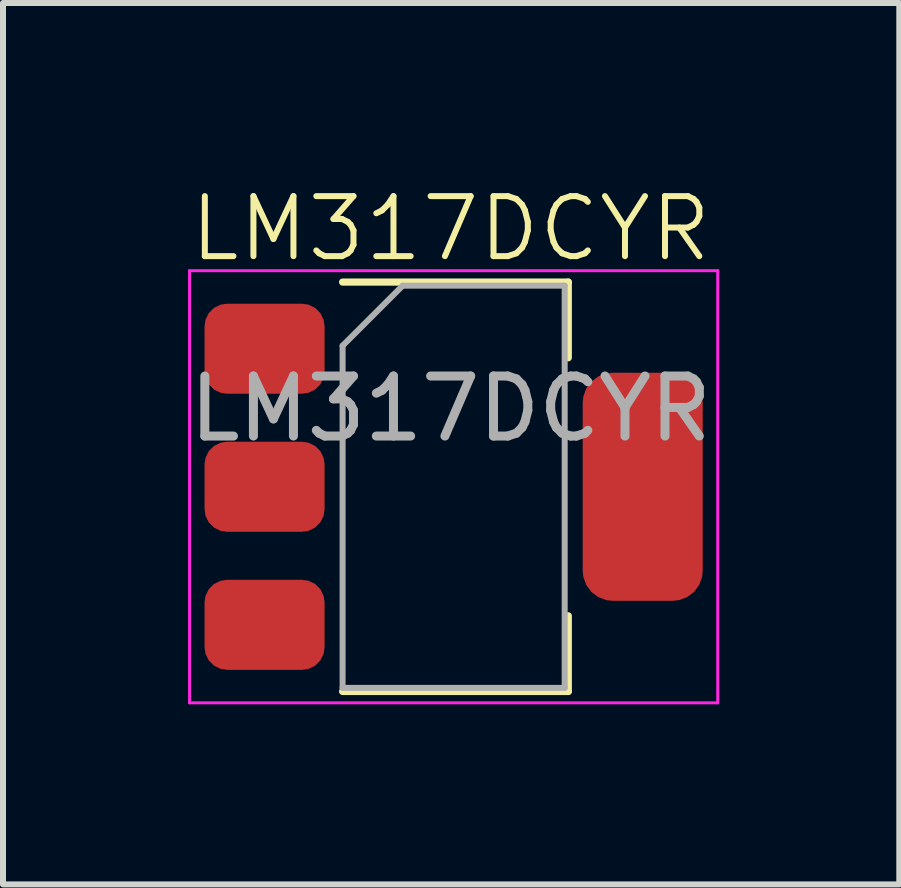
<source format=kicad_pcb>
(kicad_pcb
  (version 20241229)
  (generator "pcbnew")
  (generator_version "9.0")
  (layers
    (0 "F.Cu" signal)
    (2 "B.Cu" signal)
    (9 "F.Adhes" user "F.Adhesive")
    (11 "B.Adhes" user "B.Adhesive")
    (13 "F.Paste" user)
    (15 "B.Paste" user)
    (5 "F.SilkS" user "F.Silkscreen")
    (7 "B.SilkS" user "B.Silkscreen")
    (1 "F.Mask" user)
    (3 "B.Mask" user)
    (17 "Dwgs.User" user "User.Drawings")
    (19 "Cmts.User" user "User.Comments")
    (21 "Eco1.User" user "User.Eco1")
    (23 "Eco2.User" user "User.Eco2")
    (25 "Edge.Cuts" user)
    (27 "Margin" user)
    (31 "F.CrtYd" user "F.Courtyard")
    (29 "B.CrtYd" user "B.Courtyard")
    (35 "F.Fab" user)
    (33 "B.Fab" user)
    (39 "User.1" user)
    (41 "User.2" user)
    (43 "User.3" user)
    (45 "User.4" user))
  (footprint "LM317DCYR"
    (layer "F.Cu")
    (at 4.458 1.26)
    (property "Reference" "LM317DCYR" (at 0 -0.5 0) (unlocked yes) (layer "F.SilkS") (effects (font (size 1 1) (thickness 0.1))))
    (attr smd)
    (fp_line (start -1.8 0.39) (end 1.96 0.39) (stroke (width 0.12) (type solid)) (layer "F.SilkS"))
    (fp_line (start -1.8 7.21) (end 1.96 7.21) (stroke (width 0.12) (type solid)) (layer "F.SilkS"))
    (fp_line (start 1.96 0.39) (end 1.96 1.65) (stroke (width 0.12) (type solid)) (layer "F.SilkS"))
    (fp_line (start 1.96 7.21) (end 1.96 5.95) (stroke (width 0.12) (type solid)) (layer "F.SilkS"))
    (fp_line (start -4.35 0.2) (end -4.35 7.4) (stroke (width 0.05) (type solid)) (layer "F.CrtYd"))
    (fp_line (start -4.35 7.4) (end 4.45 7.4) (stroke (width 0.05) (type solid)) (layer "F.CrtYd"))
    (fp_line (start 4.45 0.2) (end -4.35 0.2) (stroke (width 0.05) (type solid)) (layer "F.CrtYd"))
    (fp_line (start 4.45 7.4) (end 4.45 0.2) (stroke (width 0.05) (type solid)) (layer "F.CrtYd"))
    (fp_line (start -1.8 1.45) (end -1.8 7.15) (stroke (width 0.1) (type solid)) (layer "F.Fab"))
    (fp_line (start -1.8 1.45) (end -0.8 0.45) (stroke (width 0.1) (type solid)) (layer "F.Fab"))
    (fp_line (start -1.8 7.15) (end 1.9 7.15) (stroke (width 0.1) (type solid)) (layer "F.Fab"))
    (fp_line (start -0.8 0.45) (end 1.9 0.45) (stroke (width 0.1) (type solid)) (layer "F.Fab"))
    (fp_line (start 1.9 0.45) (end 1.9 7.15) (stroke (width 0.1) (type solid)) (layer "F.Fab"))
    (fp_text user "${REFERENCE}" (at 0 2.5 0) (unlocked yes) (layer "F.Fab") (effects (font (size 1 1) (thickness 0.15))))
    (pad "1" smd roundrect (at -3.1 6.1) (size 2 1.5) (layers "F.Cu" "F.Mask" "F.Paste") (roundrect_rratio 0.25))
    (pad "2" smd roundrect (at -3.1 3.8) (size 2 1.5) (layers "F.Cu" "F.Mask" "F.Paste") (roundrect_rratio 0.25))
    (pad "2" smd roundrect (at 3.2 3.8) (size 2 3.8) (layers "F.Cu" "F.Mask" "F.Paste") (roundrect_rratio 0.25))
    (pad "3" smd roundrect (at -3.1 1.5) (size 2 1.5) (layers "F.Cu" "F.Mask" "F.Paste") (roundrect_rratio 0.25)))
  (gr_rect
    (start -3 -3)
    (end 11.933 11.685)
    (stroke (width 0.1) (type default))
    (fill no)
    (layer "Edge.Cuts")))
</source>
